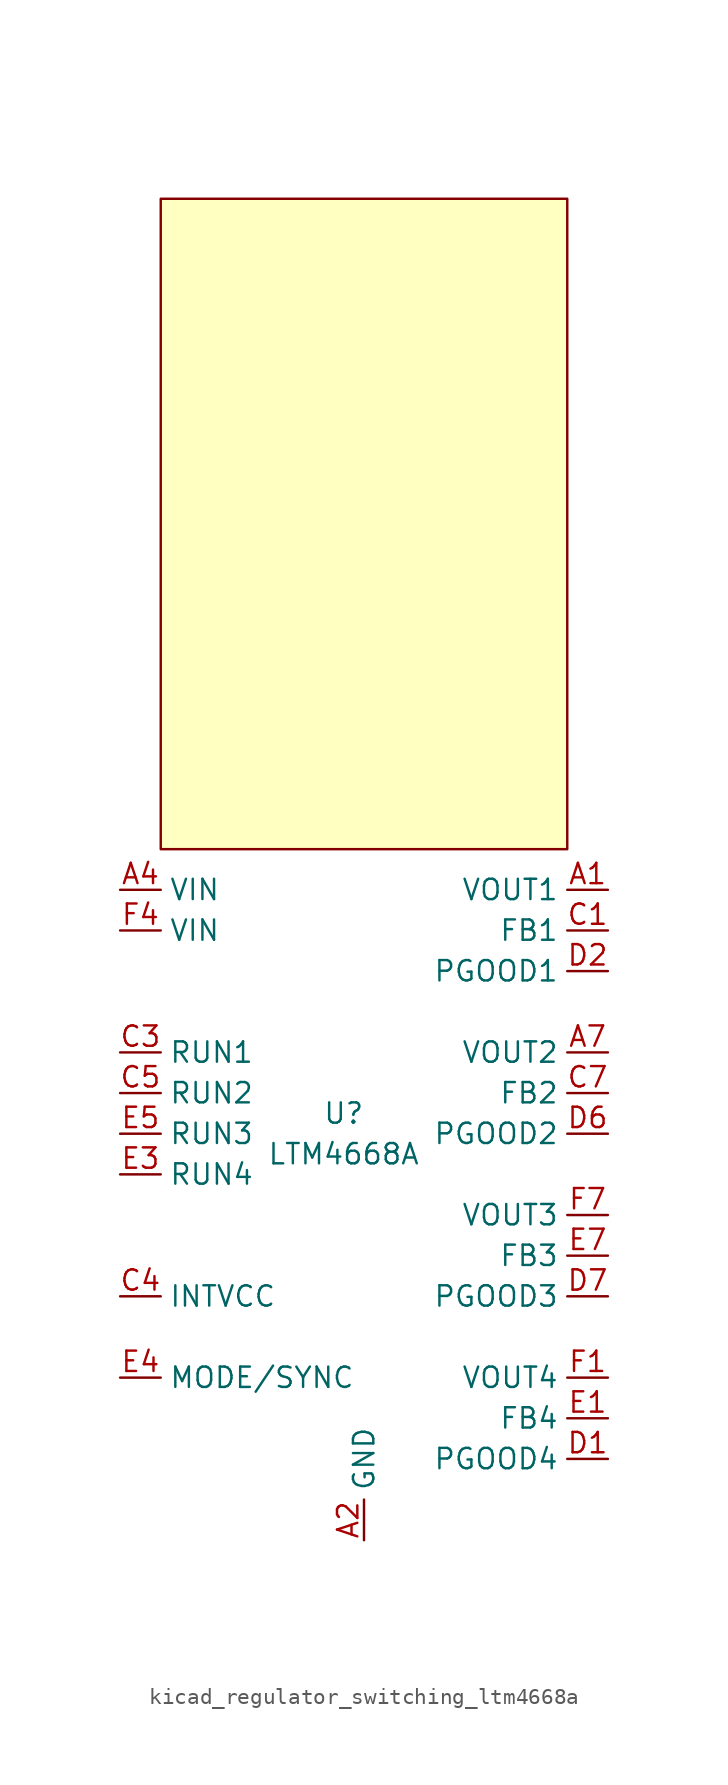
<source format=kicad_sym>
(kicad_symbol_lib
  (version 20220914)
  (generator kicad_symbol_editor)
  (symbol "kicad_regulator_switching_ltm4668a"
    (property "Reference" "U"
      (at -1.27 3.81 0)
      (effects (font (size 1.27 1.27))))
    (property "Value" "LTM4668A"
      (at -1.27 1.27 0)
      (effects (font (size 1.27 1.27))))
    (symbol "kicad_regulator_switching_ltm4668a_1_1"
      (rectangle (start 12.7 60.96) (end -12.7 20.32) (stroke (width 0) (type default)) (fill (type background)))
      (pin power_out line (at 15.24 17.78 180) (length 2.54) (name "VOUT1" (effects (font (size 1.27 1.27)))) (number "A1" (effects (font (size 1.27 1.27)))))
      (pin power_in line (at 0 -22.86 90) (length 2.54) (name "GND" (effects (font (size 1.27 1.27)))) (number "A2" (effects (font (size 1.27 1.27)))))
      (pin passive line (at 0 -22.86 90) (length 2.54) hide (name "GND" (effects (font (size 1.27 1.27)))) (number "A3" (effects (font (size 1.27 1.27)))))
      (pin power_in line (at -15.24 17.78 0) (length 2.54) (name "VIN" (effects (font (size 1.27 1.27)))) (number "A4" (effects (font (size 1.27 1.27)))))
      (pin passive line (at 0 -22.86 90) (length 2.54) hide (name "GND" (effects (font (size 1.27 1.27)))) (number "A5" (effects (font (size 1.27 1.27)))))
      (pin passive line (at 0 -22.86 90) (length 2.54) hide (name "GND" (effects (font (size 1.27 1.27)))) (number "A6" (effects (font (size 1.27 1.27)))))
      (pin power_out line (at 15.24 7.62 180) (length 2.54) (name "VOUT2" (effects (font (size 1.27 1.27)))) (number "A7" (effects (font (size 1.27 1.27)))))
      (pin passive line (at 15.24 17.78 180) (length 2.54) hide (name "VOUT1" (effects (font (size 1.27 1.27)))) (number "B1" (effects (font (size 1.27 1.27)))))
      (pin passive line (at 0 -22.86 90) (length 2.54) hide (name "GND" (effects (font (size 1.27 1.27)))) (number "B2" (effects (font (size 1.27 1.27)))))
      (pin passive line (at 0 -22.86 90) (length 2.54) hide (name "GND" (effects (font (size 1.27 1.27)))) (number "B3" (effects (font (size 1.27 1.27)))))
      (pin passive line (at -15.24 17.78 0) (length 2.54) hide (name "VIN" (effects (font (size 1.27 1.27)))) (number "B4" (effects (font (size 1.27 1.27)))))
      (pin passive line (at 0 -22.86 90) (length 2.54) hide (name "GND" (effects (font (size 1.27 1.27)))) (number "B5" (effects (font (size 1.27 1.27)))))
      (pin passive line (at 0 -22.86 90) (length 2.54) hide (name "GND" (effects (font (size 1.27 1.27)))) (number "B6" (effects (font (size 1.27 1.27)))))
      (pin passive line (at 15.24 7.62 180) (length 2.54) hide (name "VOUT2" (effects (font (size 1.27 1.27)))) (number "B7" (effects (font (size 1.27 1.27)))))
      (pin output line (at 15.24 15.24 180) (length 2.54) (name "FB1" (effects (font (size 1.27 1.27)))) (number "C1" (effects (font (size 1.27 1.27)))))
      (pin passive line (at 0 -22.86 90) (length 2.54) hide (name "GND" (effects (font (size 1.27 1.27)))) (number "C2" (effects (font (size 1.27 1.27)))))
      (pin input line (at -15.24 7.62 0) (length 2.54) (name "RUN1" (effects (font (size 1.27 1.27)))) (number "C3" (effects (font (size 1.27 1.27)))))
      (pin output line (at -15.24 -7.62 0) (length 2.54) (name "INTVCC" (effects (font (size 1.27 1.27)))) (number "C4" (effects (font (size 1.27 1.27)))))
      (pin input line (at -15.24 5.08 0) (length 2.54) (name "RUN2" (effects (font (size 1.27 1.27)))) (number "C5" (effects (font (size 1.27 1.27)))))
      (pin passive line (at 0 -22.86 90) (length 2.54) hide (name "GND" (effects (font (size 1.27 1.27)))) (number "C6" (effects (font (size 1.27 1.27)))))
      (pin output line (at 15.24 5.08 180) (length 2.54) (name "FB2" (effects (font (size 1.27 1.27)))) (number "C7" (effects (font (size 1.27 1.27)))))
      (pin open_collector line (at 15.24 -17.78 180) (length 2.54) (name "PGOOD4" (effects (font (size 1.27 1.27)))) (number "D1" (effects (font (size 1.27 1.27)))))
      (pin open_collector line (at 15.24 12.7 180) (length 2.54) (name "PGOOD1" (effects (font (size 1.27 1.27)))) (number "D2" (effects (font (size 1.27 1.27)))))
      (pin passive line (at 0 -22.86 90) (length 2.54) hide (name "GND" (effects (font (size 1.27 1.27)))) (number "D3" (effects (font (size 1.27 1.27)))))
      (pin passive line (at 0 -22.86 90) (length 2.54) hide (name "GND" (effects (font (size 1.27 1.27)))) (number "D4" (effects (font (size 1.27 1.27)))))
      (pin passive line (at 0 -22.86 90) (length 2.54) hide (name "GND" (effects (font (size 1.27 1.27)))) (number "D5" (effects (font (size 1.27 1.27)))))
      (pin open_collector line (at 15.24 2.54 180) (length 2.54) (name "PGOOD2" (effects (font (size 1.27 1.27)))) (number "D6" (effects (font (size 1.27 1.27)))))
      (pin open_collector line (at 15.24 -7.62 180) (length 2.54) (name "PGOOD3" (effects (font (size 1.27 1.27)))) (number "D7" (effects (font (size 1.27 1.27)))))
      (pin output line (at 15.24 -15.24 180) (length 2.54) (name "FB4" (effects (font (size 1.27 1.27)))) (number "E1" (effects (font (size 1.27 1.27)))))
      (pin passive line (at 0 -22.86 90) (length 2.54) hide (name "GND" (effects (font (size 1.27 1.27)))) (number "E2" (effects (font (size 1.27 1.27)))))
      (pin input line (at -15.24 0 0) (length 2.54) (name "RUN4" (effects (font (size 1.27 1.27)))) (number "E3" (effects (font (size 1.27 1.27)))))
      (pin input line (at -15.24 -12.7 0) (length 2.54) (name "MODE/SYNC" (effects (font (size 1.27 1.27)))) (number "E4" (effects (font (size 1.27 1.27)))))
      (pin input line (at -15.24 2.54 0) (length 2.54) (name "RUN3" (effects (font (size 1.27 1.27)))) (number "E5" (effects (font (size 1.27 1.27)))))
      (pin passive line (at 0 -22.86 90) (length 2.54) hide (name "GND" (effects (font (size 1.27 1.27)))) (number "E6" (effects (font (size 1.27 1.27)))))
      (pin output line (at 15.24 -5.08 180) (length 2.54) (name "FB3" (effects (font (size 1.27 1.27)))) (number "E7" (effects (font (size 1.27 1.27)))))
      (pin power_out line (at 15.24 -12.7 180) (length 2.54) (name "VOUT4" (effects (font (size 1.27 1.27)))) (number "F1" (effects (font (size 1.27 1.27)))))
      (pin passive line (at 0 -22.86 90) (length 2.54) hide (name "GND" (effects (font (size 1.27 1.27)))) (number "F2" (effects (font (size 1.27 1.27)))))
      (pin passive line (at 0 -22.86 90) (length 2.54) hide (name "GND" (effects (font (size 1.27 1.27)))) (number "F3" (effects (font (size 1.27 1.27)))))
      (pin power_in line (at -15.24 15.24 0) (length 2.54) (name "VIN" (effects (font (size 1.27 1.27)))) (number "F4" (effects (font (size 1.27 1.27)))))
      (pin passive line (at 0 -22.86 90) (length 2.54) hide (name "GND" (effects (font (size 1.27 1.27)))) (number "F5" (effects (font (size 1.27 1.27)))))
      (pin passive line (at 0 -22.86 90) (length 2.54) hide (name "GND" (effects (font (size 1.27 1.27)))) (number "F6" (effects (font (size 1.27 1.27)))))
      (pin power_out line (at 15.24 -2.54 180) (length 2.54) (name "VOUT3" (effects (font (size 1.27 1.27)))) (number "F7" (effects (font (size 1.27 1.27)))))
      (pin passive line (at 15.24 -12.7 180) (length 2.54) hide (name "VOUT4" (effects (font (size 1.27 1.27)))) (number "G1" (effects (font (size 1.27 1.27)))))
      (pin passive line (at 0 -22.86 90) (length 2.54) hide (name "GND" (effects (font (size 1.27 1.27)))) (number "G2" (effects (font (size 1.27 1.27)))))
      (pin passive line (at 0 -22.86 90) (length 2.54) hide (name "GND" (effects (font (size 1.27 1.27)))) (number "G3" (effects (font (size 1.27 1.27)))))
      (pin passive line (at -15.24 15.24 0) (length 2.54) hide (name "VIN" (effects (font (size 1.27 1.27)))) (number "G4" (effects (font (size 1.27 1.27)))))
      (pin passive line (at 0 -22.86 90) (length 2.54) hide (name "GND" (effects (font (size 1.27 1.27)))) (number "G5" (effects (font (size 1.27 1.27)))))
      (pin passive line (at 0 -22.86 90) (length 2.54) hide (name "GND" (effects (font (size 1.27 1.27)))) (number "G6" (effects (font (size 1.27 1.27)))))
      (pin passive line (at 15.24 -2.54 180) (length 2.54) hide (name "VOUT3" (effects (font (size 1.27 1.27)))) (number "G7" (effects (font (size 1.27 1.27))))))))
</source>
